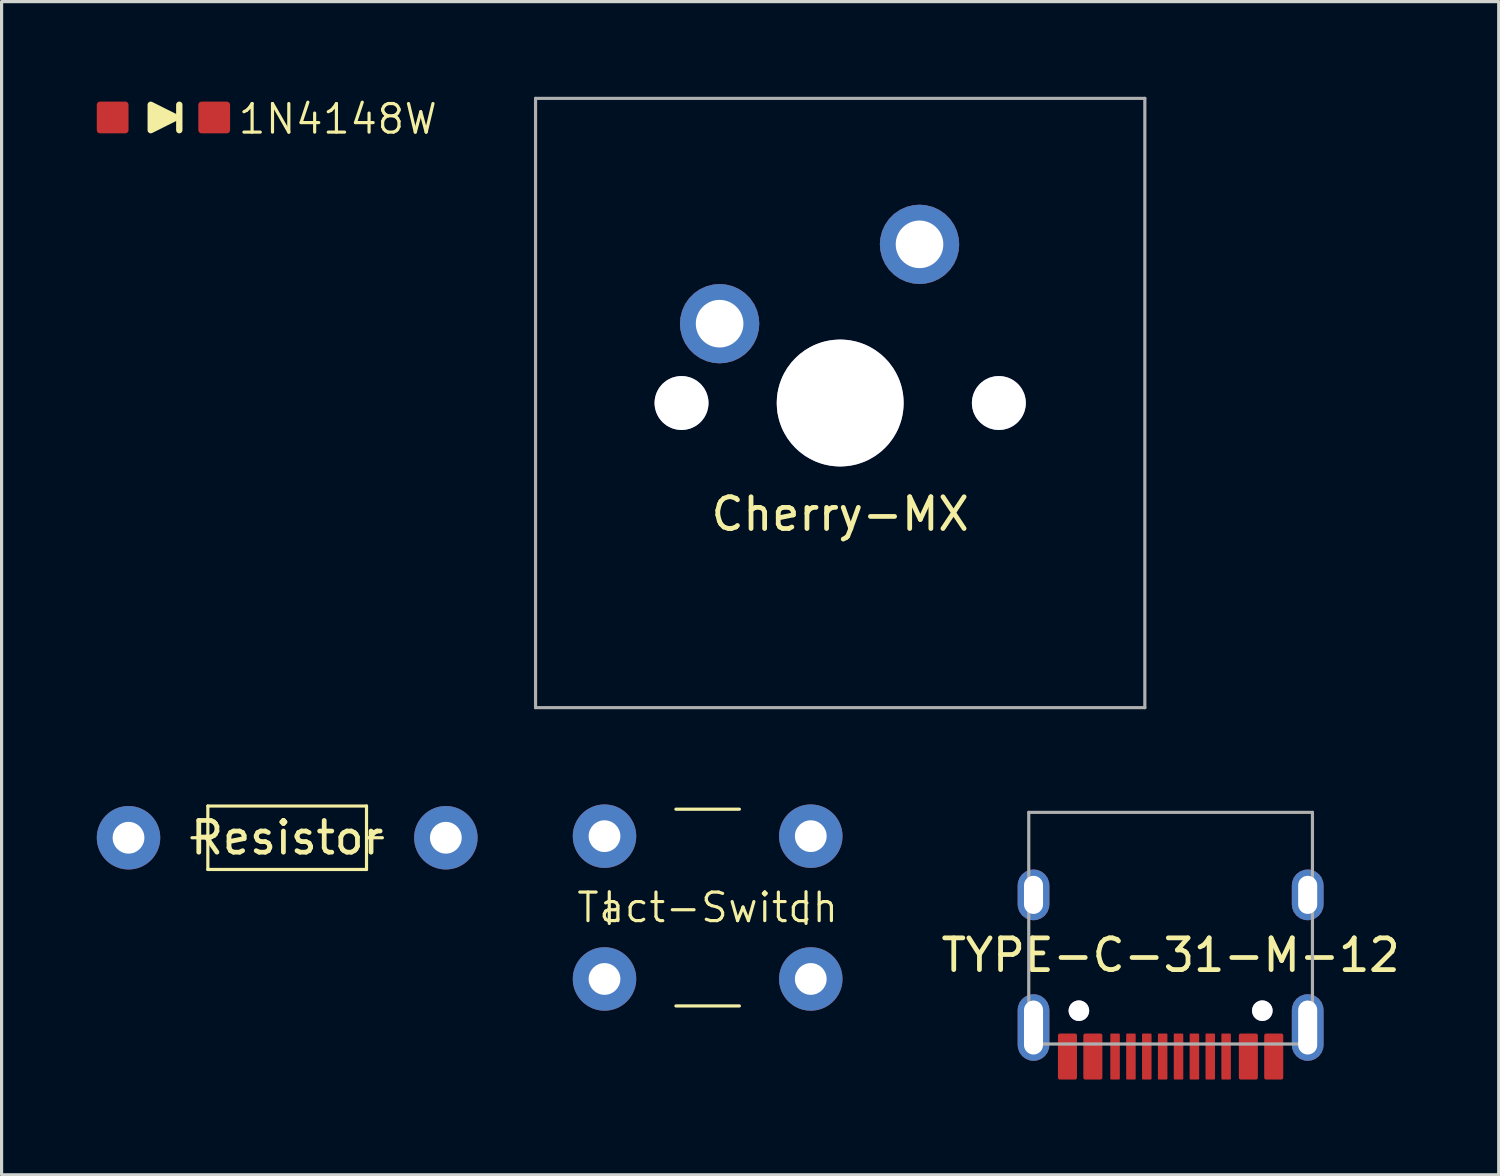
<source format=kicad_pcb>
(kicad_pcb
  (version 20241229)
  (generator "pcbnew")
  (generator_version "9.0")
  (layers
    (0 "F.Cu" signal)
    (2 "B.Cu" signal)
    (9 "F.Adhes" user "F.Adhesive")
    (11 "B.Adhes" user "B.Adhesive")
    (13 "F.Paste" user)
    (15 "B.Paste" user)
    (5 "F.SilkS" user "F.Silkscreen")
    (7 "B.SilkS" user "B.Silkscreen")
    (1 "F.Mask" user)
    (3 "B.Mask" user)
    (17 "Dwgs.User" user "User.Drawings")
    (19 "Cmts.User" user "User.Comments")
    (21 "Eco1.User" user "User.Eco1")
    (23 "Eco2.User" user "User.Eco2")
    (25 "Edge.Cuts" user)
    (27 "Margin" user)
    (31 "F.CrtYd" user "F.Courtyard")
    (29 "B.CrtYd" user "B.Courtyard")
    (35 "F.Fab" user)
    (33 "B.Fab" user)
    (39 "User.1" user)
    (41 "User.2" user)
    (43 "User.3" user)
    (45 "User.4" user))
  (footprint "Cherry-MX"
    (layer "F.Cu")
    (at 23.427 9.65)
    (property "Reference" "Cherry-MX" (at 0 3.5 0) (layer "F.SilkS") (effects (font (size 1 1) (thickness 0.15))))
    (attr through_hole)
    (fp_line (start -9.6 -9.6) (end -9.6 9.6) (stroke (width 0.1) (type solid)) (layer "F.Fab"))
    (fp_line (start -9.6 -9.6) (end 9.6 -9.6) (stroke (width 0.1) (type solid)) (layer "F.Fab"))
    (fp_line (start -9.6 9.6) (end 9.6 9.6) (stroke (width 0.1) (type solid)) (layer "F.Fab"))
    (fp_line (start 9.6 -9.6) (end 9.6 9.6) (stroke (width 0.1) (type solid)) (layer "F.Fab"))
    (pad "" np_thru_hole roundrect (at -5 0) (size 1.7 1.7) (drill 1.7) (layers "*.Cu" "*.Mask") (roundrect_rratio 0.5))
    (pad "" thru_hole roundrect (at -3.8 -2.5) (size 2.5 2.5) (drill 1.5) (layers "*.Cu" "*.Mask") (roundrect_rratio 0.5))
    (pad "" np_thru_hole roundrect (at 0 0) (size 4 4) (drill 4) (layers "*.Cu" "*.Mask") (roundrect_rratio 0.5))
    (pad "" thru_hole roundrect (at 2.5 -5) (size 2.5 2.5) (drill 1.5) (layers "*.Cu" "*.Mask") (roundrect_rratio 0.5))
    (pad "" np_thru_hole roundrect (at 5 0) (size 1.7 1.7) (drill 1.7) (layers "*.Cu" "*.Mask") (roundrect_rratio 0.5)))
  (footprint "Tact-Switch"
    (layer "F.Cu")
    (at 19.25 25.55)
    (property "Reference" "Tact-Switch" (at 0 0 0) (layer "F.SilkS") (effects (font (size 0.9 0.9) (thickness 0.1))))
    (attr through_hole)
    (fp_line (start -3.1 -0.5) (end -3.1 0.5) (stroke (width 0.1) (type solid)) (layer "F.SilkS"))
    (fp_line (start -1 -3.1) (end 1 -3.1) (stroke (width 0.1) (type solid)) (layer "F.SilkS"))
    (fp_line (start -1 3.1) (end 1 3.1) (stroke (width 0.1) (type solid)) (layer "F.SilkS"))
    (fp_line (start 3.1 -0.5) (end 3.1 0.5) (stroke (width 0.1) (type solid)) (layer "F.SilkS"))
    (pad "1" thru_hole circle (at -3.25 -2.25) (size 2 2) (drill 1) (layers "*.Cu" "*.Mask"))
    (pad "1" thru_hole circle (at 3.25 -2.25) (size 2 2) (drill 1) (layers "*.Cu" "*.Mask"))
    (pad "2" thru_hole circle (at -3.25 2.25) (size 2 2) (drill 1) (layers "*.Cu" "*.Mask"))
    (pad "2" thru_hole circle (at 3.25 2.25) (size 2 2) (drill 1) (layers "*.Cu" "*.Mask")))
  (footprint "TYPE-C-31-M-12"
    (layer "F.Cu")
    (at 33.839 22.55)
    (property "Reference" "TYPE-C-31-M-12" (at 0 4.5 0) (layer "F.SilkS") (effects (font (size 1 1) (thickness 0.15))))
    (attr through_hole)
    (fp_line (start -4.47 0) (end -4.47 7.3) (stroke (width 0.1) (type solid)) (layer "F.Fab"))
    (fp_line (start -4.47 0) (end 4.47 0) (stroke (width 0.1) (type solid)) (layer "F.Fab"))
    (fp_line (start -4.47 7.3) (end 4.47 7.3) (stroke (width 0.1) (type solid)) (layer "F.Fab"))
    (fp_line (start 4.47 0) (end 4.47 7.3) (stroke (width 0.1) (type solid)) (layer "F.Fab"))
    (pad "" thru_hole roundrect (at -4.32 2.6) (size 1 1.6) (drill oval 0.6 1.2) (layers "*.Cu" "*.Mask") (roundrect_rratio 0.5))
    (pad "" thru_hole roundrect (at -4.32 6.78) (size 1 2.1) (drill oval 0.6 1.7) (layers "*.Cu" "*.Mask") (roundrect_rratio 0.5))
    (pad "" np_thru_hole roundrect (at -2.89 6.25) (size 0.65 0.65) (drill 0.65) (layers "*.Cu" "*.Mask") (roundrect_rratio 0.5))
    (pad "" np_thru_hole roundrect (at 2.89 6.25) (size 0.65 0.65) (drill 0.65) (layers "*.Cu" "*.Mask") (roundrect_rratio 0.5))
    (pad "" thru_hole roundrect (at 4.32 2.6) (size 1 1.6) (drill oval 0.6 1.2) (layers "*.Cu" "*.Mask") (roundrect_rratio 0.5))
    (pad "" thru_hole roundrect (at 4.32 6.78) (size 1 2.1) (drill oval 0.6 1.7) (layers "*.Cu" "*.Mask") (roundrect_rratio 0.5))
    (pad "A1" smd roundrect (at -3.25 8.42) (size 0.6 1.45) (drill (offset 0 -0.725)) (layers "F.Cu" "F.Mask" "F.Paste") (roundrect_rratio 0.1))
    (pad "A1" smd roundrect (at 3.25 8.42) (size 0.6 1.45) (drill (offset 0 -0.725)) (layers "F.Cu" "F.Mask" "F.Paste") (roundrect_rratio 0.1))
    (pad "A4" smd roundrect (at -2.45 8.42) (size 0.6 1.45) (drill (offset 0 -0.725)) (layers "F.Cu" "F.Mask" "F.Paste") (roundrect_rratio 0.1))
    (pad "A4" smd roundrect (at 2.45 8.42) (size 0.6 1.45) (drill (offset 0 -0.725)) (layers "F.Cu" "F.Mask" "F.Paste") (roundrect_rratio 0.1))
    (pad "A5" smd roundrect (at 1.25 8.42) (size 0.3 1.45) (drill (offset 0 -0.725)) (layers "F.Cu" "F.Mask" "F.Paste") (roundrect_rratio 0.1))
    (pad "A6" smd roundrect (at 0.25 8.42) (size 0.3 1.45) (drill (offset 0 -0.725)) (layers "F.Cu" "F.Mask" "F.Paste") (roundrect_rratio 0.1))
    (pad "A7" smd roundrect (at -0.25 8.42) (size 0.3 1.45) (drill (offset 0 -0.725)) (layers "F.Cu" "F.Mask" "F.Paste") (roundrect_rratio 0.1))
    (pad "A8" smd roundrect (at -1.25 8.42) (size 0.3 1.45) (drill (offset 0 -0.725)) (layers "F.Cu" "F.Mask" "F.Paste") (roundrect_rratio 0.1))
    (pad "B5" smd roundrect (at -1.75 8.42) (size 0.3 1.45) (drill (offset 0 -0.725)) (layers "F.Cu" "F.Mask" "F.Paste") (roundrect_rratio 0.1))
    (pad "B6" smd roundrect (at -0.75 8.42) (size 0.3 1.45) (drill (offset 0 -0.725)) (layers "F.Cu" "F.Mask" "F.Paste") (roundrect_rratio 0.1))
    (pad "B7" smd roundrect (at 0.75 8.42) (size 0.3 1.45) (drill (offset 0 -0.725)) (layers "F.Cu" "F.Mask" "F.Paste") (roundrect_rratio 0.1))
    (pad "B8" smd roundrect (at 1.75 8.42) (size 0.3 1.45) (drill (offset 0 -0.725)) (layers "F.Cu" "F.Mask" "F.Paste") (roundrect_rratio 0.1)))
  (footprint "1N4148W"
    (layer "F.Cu")
    (at 2.1 0.652)
    (property "Reference" "1N4148W" (at 2.3 0.05 0) (layer "F.SilkS") (effects (font (size 0.9 0.9) (thickness 0.1)) (justify left)))
    (attr through_hole)
    (fp_line (start 0.5 -0.4) (end 0.5 0.4) (stroke (width 0.2) (type solid)) (layer "F.SilkS"))
    (fp_poly (pts (xy -0.4 -0.4) (xy -0.4 0.4) (xy 0.4 0)) (stroke (width 0.2) (type solid)) (fill yes) (layer "F.SilkS"))
    (pad "1" smd roundrect (at -1.6 0) (size 1 1) (layers "F.Cu" "F.Mask" "F.Paste") (roundrect_rratio 0.1))
    (pad "2" smd roundrect (at 1.6 0) (size 1 1) (layers "F.Cu" "F.Mask" "F.Paste") (roundrect_rratio 0.1)))
  (footprint "Resistor"
    (layer "F.Cu")
    (at 6 23.35)
    (property "Reference" "Resistor" (at 0 0 0) (layer "F.SilkS") (effects (font (size 1 1) (thickness 0.15))))
    (attr through_hole)
    (fp_line (start -3 0) (end -2.5 0) (stroke (width 0.1) (type solid)) (layer "F.SilkS"))
    (fp_line (start -2.5 -1) (end -2.5 1) (stroke (width 0.1) (type solid)) (layer "F.SilkS"))
    (fp_line (start -2.5 -1) (end 2.5 -1) (stroke (width 0.1) (type solid)) (layer "F.SilkS"))
    (fp_line (start -2.5 1) (end 2.5 1) (stroke (width 0.1) (type solid)) (layer "F.SilkS"))
    (fp_line (start 2.5 -1) (end 2.5 1) (stroke (width 0.1) (type solid)) (layer "F.SilkS"))
    (fp_line (start 2.5 0) (end 3 0) (stroke (width 0.1) (type solid)) (layer "F.SilkS"))
    (pad "1" thru_hole circle (at -5 0) (size 2 2) (drill 1) (layers "*.Cu" "*.Mask"))
    (pad "2" thru_hole circle (at 5 0) (size 2 2) (drill 1) (layers "*.Cu" "*.Mask")))
  (gr_rect
    (start -3 -3)
    (end 44.179 33.97)
    (stroke (width 0.1) (type default))
    (fill no)
    (layer "Edge.Cuts")))
</source>
